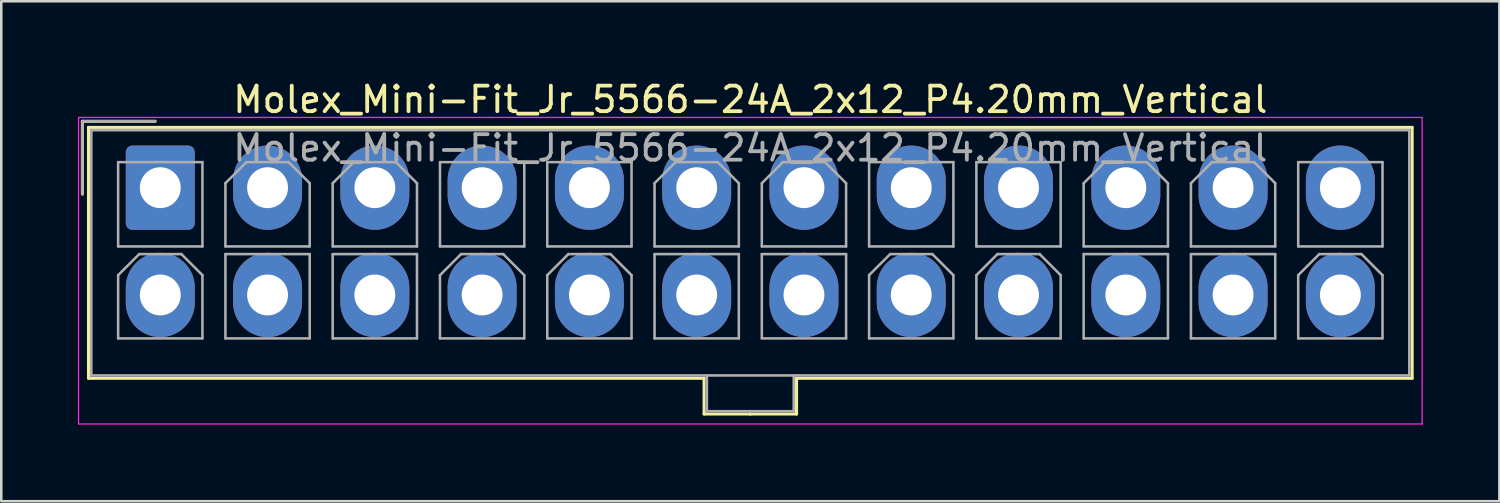
<source format=kicad_pcb>
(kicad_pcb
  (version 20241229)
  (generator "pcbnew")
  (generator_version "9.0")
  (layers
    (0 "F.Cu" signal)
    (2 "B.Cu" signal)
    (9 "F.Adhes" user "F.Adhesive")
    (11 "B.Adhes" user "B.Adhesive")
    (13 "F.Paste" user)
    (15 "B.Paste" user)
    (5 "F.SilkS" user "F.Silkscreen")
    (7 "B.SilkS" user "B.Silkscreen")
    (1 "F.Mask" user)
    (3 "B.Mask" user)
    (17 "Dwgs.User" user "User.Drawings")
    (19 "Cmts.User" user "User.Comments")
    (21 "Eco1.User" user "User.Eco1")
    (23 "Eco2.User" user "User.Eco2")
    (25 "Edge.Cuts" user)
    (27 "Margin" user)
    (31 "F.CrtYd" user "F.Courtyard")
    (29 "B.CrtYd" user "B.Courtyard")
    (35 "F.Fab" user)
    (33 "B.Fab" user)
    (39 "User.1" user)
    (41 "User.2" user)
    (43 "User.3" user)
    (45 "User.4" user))
  (footprint "Molex_Mini-Fit_Jr_5566-24A_2x12_P4.20mm_Vertical"
    (layer "F.Cu")
    (at 3.225 4.298)
    (property "Reference" "Molex_Mini-Fit_Jr_5566-24A_2x12_P4.20mm_Vertical" (at 23.1 -3.45 0) (layer "F.SilkS") (effects (font (size 1 1) (thickness 0.15))))
    (attr through_hole)
    (fp_line (start -3.05 -2.6) (end -3.05 0.25) (stroke (width 0.12) (type solid)) (layer "F.SilkS"))
    (fp_line (start -2.81 -2.36) (end -2.81 7.46) (stroke (width 0.12) (type solid)) (layer "F.SilkS"))
    (fp_line (start -2.81 7.46) (end 21.29 7.46) (stroke (width 0.12) (type solid)) (layer "F.SilkS"))
    (fp_line (start -0.2 -2.6) (end -3.05 -2.6) (stroke (width 0.12) (type solid)) (layer "F.SilkS"))
    (fp_line (start 21.29 7.46) (end 21.29 8.86) (stroke (width 0.12) (type solid)) (layer "F.SilkS"))
    (fp_line (start 21.29 8.86) (end 23.1 8.86) (stroke (width 0.12) (type solid)) (layer "F.SilkS"))
    (fp_line (start 23.1 -2.36) (end -2.81 -2.36) (stroke (width 0.12) (type solid)) (layer "F.SilkS"))
    (fp_line (start 23.1 -2.36) (end 49.01 -2.36) (stroke (width 0.12) (type solid)) (layer "F.SilkS"))
    (fp_line (start 24.91 7.46) (end 24.91 8.86) (stroke (width 0.12) (type solid)) (layer "F.SilkS"))
    (fp_line (start 24.91 8.86) (end 23.1 8.86) (stroke (width 0.12) (type solid)) (layer "F.SilkS"))
    (fp_line (start 49.01 -2.36) (end 49.01 7.46) (stroke (width 0.12) (type solid)) (layer "F.SilkS"))
    (fp_line (start 49.01 7.46) (end 24.91 7.46) (stroke (width 0.12) (type solid)) (layer "F.SilkS"))
    (fp_line (start -3.2 -2.75) (end -3.2 9.25) (stroke (width 0.05) (type solid)) (layer "F.CrtYd"))
    (fp_line (start -3.2 9.25) (end 49.4 9.25) (stroke (width 0.05) (type solid)) (layer "F.CrtYd"))
    (fp_line (start 49.4 -2.75) (end -3.2 -2.75) (stroke (width 0.05) (type solid)) (layer "F.CrtYd"))
    (fp_line (start 49.4 9.25) (end 49.4 -2.75) (stroke (width 0.05) (type solid)) (layer "F.CrtYd"))
    (fp_line (start -3.05 -2.6) (end -3.05 0.25) (stroke (width 0.1) (type solid)) (layer "F.Fab"))
    (fp_line (start -2.7 -2.25) (end -2.7 7.35) (stroke (width 0.1) (type solid)) (layer "F.Fab"))
    (fp_line (start -2.7 7.35) (end 48.9 7.35) (stroke (width 0.1) (type solid)) (layer "F.Fab"))
    (fp_line (start -1.65 -1) (end -1.65 2.3) (stroke (width 0.1) (type solid)) (layer "F.Fab"))
    (fp_line (start -1.65 2.3) (end 1.65 2.3) (stroke (width 0.1) (type solid)) (layer "F.Fab"))
    (fp_line (start -1.65 3.425) (end -0.825 2.6) (stroke (width 0.1) (type solid)) (layer "F.Fab"))
    (fp_line (start -1.65 5.9) (end -1.65 3.425) (stroke (width 0.1) (type solid)) (layer "F.Fab"))
    (fp_line (start -0.825 2.6) (end 0.825 2.6) (stroke (width 0.1) (type solid)) (layer "F.Fab"))
    (fp_line (start -0.2 -2.6) (end -3.05 -2.6) (stroke (width 0.1) (type solid)) (layer "F.Fab"))
    (fp_line (start 0.825 2.6) (end 1.65 3.425) (stroke (width 0.1) (type solid)) (layer "F.Fab"))
    (fp_line (start 1.65 -1) (end -1.65 -1) (stroke (width 0.1) (type solid)) (layer "F.Fab"))
    (fp_line (start 1.65 2.3) (end 1.65 -1) (stroke (width 0.1) (type solid)) (layer "F.Fab"))
    (fp_line (start 1.65 3.425) (end 1.65 5.9) (stroke (width 0.1) (type solid)) (layer "F.Fab"))
    (fp_line (start 1.65 5.9) (end -1.65 5.9) (stroke (width 0.1) (type solid)) (layer "F.Fab"))
    (fp_line (start 2.55 -0.175) (end 3.375 -1) (stroke (width 0.1) (type solid)) (layer "F.Fab"))
    (fp_line (start 2.55 2.3) (end 2.55 -0.175) (stroke (width 0.1) (type solid)) (layer "F.Fab"))
    (fp_line (start 2.55 2.6) (end 2.55 5.9) (stroke (width 0.1) (type solid)) (layer "F.Fab"))
    (fp_line (start 2.55 5.9) (end 5.85 5.9) (stroke (width 0.1) (type solid)) (layer "F.Fab"))
    (fp_line (start 3.375 -1) (end 5.025 -1) (stroke (width 0.1) (type solid)) (layer "F.Fab"))
    (fp_line (start 5.025 -1) (end 5.85 -0.175) (stroke (width 0.1) (type solid)) (layer "F.Fab"))
    (fp_line (start 5.85 -0.175) (end 5.85 2.3) (stroke (width 0.1) (type solid)) (layer "F.Fab"))
    (fp_line (start 5.85 2.3) (end 2.55 2.3) (stroke (width 0.1) (type solid)) (layer "F.Fab"))
    (fp_line (start 5.85 2.6) (end 2.55 2.6) (stroke (width 0.1) (type solid)) (layer "F.Fab"))
    (fp_line (start 5.85 5.9) (end 5.85 2.6) (stroke (width 0.1) (type solid)) (layer "F.Fab"))
    (fp_line (start 6.75 -0.175) (end 7.575 -1) (stroke (width 0.1) (type solid)) (layer "F.Fab"))
    (fp_line (start 6.75 2.3) (end 6.75 -0.175) (stroke (width 0.1) (type solid)) (layer "F.Fab"))
    (fp_line (start 6.75 2.6) (end 6.75 5.9) (stroke (width 0.1) (type solid)) (layer "F.Fab"))
    (fp_line (start 6.75 5.9) (end 10.05 5.9) (stroke (width 0.1) (type solid)) (layer "F.Fab"))
    (fp_line (start 7.575 -1) (end 9.225 -1) (stroke (width 0.1) (type solid)) (layer "F.Fab"))
    (fp_line (start 9.225 -1) (end 10.05 -0.175) (stroke (width 0.1) (type solid)) (layer "F.Fab"))
    (fp_line (start 10.05 -0.175) (end 10.05 2.3) (stroke (width 0.1) (type solid)) (layer "F.Fab"))
    (fp_line (start 10.05 2.3) (end 6.75 2.3) (stroke (width 0.1) (type solid)) (layer "F.Fab"))
    (fp_line (start 10.05 2.6) (end 6.75 2.6) (stroke (width 0.1) (type solid)) (layer "F.Fab"))
    (fp_line (start 10.05 5.9) (end 10.05 2.6) (stroke (width 0.1) (type solid)) (layer "F.Fab"))
    (fp_line (start 10.95 -1) (end 10.95 2.3) (stroke (width 0.1) (type solid)) (layer "F.Fab"))
    (fp_line (start 10.95 2.3) (end 14.25 2.3) (stroke (width 0.1) (type solid)) (layer "F.Fab"))
    (fp_line (start 10.95 3.425) (end 11.775 2.6) (stroke (width 0.1) (type solid)) (layer "F.Fab"))
    (fp_line (start 10.95 5.9) (end 10.95 3.425) (stroke (width 0.1) (type solid)) (layer "F.Fab"))
    (fp_line (start 11.775 2.6) (end 13.425 2.6) (stroke (width 0.1) (type solid)) (layer "F.Fab"))
    (fp_line (start 13.425 2.6) (end 14.25 3.425) (stroke (width 0.1) (type solid)) (layer "F.Fab"))
    (fp_line (start 14.25 -1) (end 10.95 -1) (stroke (width 0.1) (type solid)) (layer "F.Fab"))
    (fp_line (start 14.25 2.3) (end 14.25 -1) (stroke (width 0.1) (type solid)) (layer "F.Fab"))
    (fp_line (start 14.25 3.425) (end 14.25 5.9) (stroke (width 0.1) (type solid)) (layer "F.Fab"))
    (fp_line (start 14.25 5.9) (end 10.95 5.9) (stroke (width 0.1) (type solid)) (layer "F.Fab"))
    (fp_line (start 15.15 -1) (end 15.15 2.3) (stroke (width 0.1) (type solid)) (layer "F.Fab"))
    (fp_line (start 15.15 2.3) (end 18.45 2.3) (stroke (width 0.1) (type solid)) (layer "F.Fab"))
    (fp_line (start 15.15 3.425) (end 15.975 2.6) (stroke (width 0.1) (type solid)) (layer "F.Fab"))
    (fp_line (start 15.15 5.9) (end 15.15 3.425) (stroke (width 0.1) (type solid)) (layer "F.Fab"))
    (fp_line (start 15.975 2.6) (end 17.625 2.6) (stroke (width 0.1) (type solid)) (layer "F.Fab"))
    (fp_line (start 17.625 2.6) (end 18.45 3.425) (stroke (width 0.1) (type solid)) (layer "F.Fab"))
    (fp_line (start 18.45 -1) (end 15.15 -1) (stroke (width 0.1) (type solid)) (layer "F.Fab"))
    (fp_line (start 18.45 2.3) (end 18.45 -1) (stroke (width 0.1) (type solid)) (layer "F.Fab"))
    (fp_line (start 18.45 3.425) (end 18.45 5.9) (stroke (width 0.1) (type solid)) (layer "F.Fab"))
    (fp_line (start 18.45 5.9) (end 15.15 5.9) (stroke (width 0.1) (type solid)) (layer "F.Fab"))
    (fp_line (start 19.35 -0.175) (end 20.175 -1) (stroke (width 0.1) (type solid)) (layer "F.Fab"))
    (fp_line (start 19.35 2.3) (end 19.35 -0.175) (stroke (width 0.1) (type solid)) (layer "F.Fab"))
    (fp_line (start 19.35 2.6) (end 19.35 5.9) (stroke (width 0.1) (type solid)) (layer "F.Fab"))
    (fp_line (start 19.35 5.9) (end 22.65 5.9) (stroke (width 0.1) (type solid)) (layer "F.Fab"))
    (fp_line (start 20.175 -1) (end 21.825 -1) (stroke (width 0.1) (type solid)) (layer "F.Fab"))
    (fp_line (start 21.4 7.35) (end 21.4 8.75) (stroke (width 0.1) (type solid)) (layer "F.Fab"))
    (fp_line (start 21.4 8.75) (end 24.8 8.75) (stroke (width 0.1) (type solid)) (layer "F.Fab"))
    (fp_line (start 21.825 -1) (end 22.65 -0.175) (stroke (width 0.1) (type solid)) (layer "F.Fab"))
    (fp_line (start 22.65 -0.175) (end 22.65 2.3) (stroke (width 0.1) (type solid)) (layer "F.Fab"))
    (fp_line (start 22.65 2.3) (end 19.35 2.3) (stroke (width 0.1) (type solid)) (layer "F.Fab"))
    (fp_line (start 22.65 2.6) (end 19.35 2.6) (stroke (width 0.1) (type solid)) (layer "F.Fab"))
    (fp_line (start 22.65 5.9) (end 22.65 2.6) (stroke (width 0.1) (type solid)) (layer "F.Fab"))
    (fp_line (start 23.55 -0.175) (end 24.375 -1) (stroke (width 0.1) (type solid)) (layer "F.Fab"))
    (fp_line (start 23.55 2.3) (end 23.55 -0.175) (stroke (width 0.1) (type solid)) (layer "F.Fab"))
    (fp_line (start 23.55 2.6) (end 23.55 5.9) (stroke (width 0.1) (type solid)) (layer "F.Fab"))
    (fp_line (start 23.55 5.9) (end 26.85 5.9) (stroke (width 0.1) (type solid)) (layer "F.Fab"))
    (fp_line (start 24.375 -1) (end 26.025 -1) (stroke (width 0.1) (type solid)) (layer "F.Fab"))
    (fp_line (start 24.8 8.75) (end 24.8 7.35) (stroke (width 0.1) (type solid)) (layer "F.Fab"))
    (fp_line (start 26.025 -1) (end 26.85 -0.175) (stroke (width 0.1) (type solid)) (layer "F.Fab"))
    (fp_line (start 26.85 -0.175) (end 26.85 2.3) (stroke (width 0.1) (type solid)) (layer "F.Fab"))
    (fp_line (start 26.85 2.3) (end 23.55 2.3) (stroke (width 0.1) (type solid)) (layer "F.Fab"))
    (fp_line (start 26.85 2.6) (end 23.55 2.6) (stroke (width 0.1) (type solid)) (layer "F.Fab"))
    (fp_line (start 26.85 5.9) (end 26.85 2.6) (stroke (width 0.1) (type solid)) (layer "F.Fab"))
    (fp_line (start 27.75 -1) (end 27.75 2.3) (stroke (width 0.1) (type solid)) (layer "F.Fab"))
    (fp_line (start 27.75 2.3) (end 31.05 2.3) (stroke (width 0.1) (type solid)) (layer "F.Fab"))
    (fp_line (start 27.75 3.425) (end 28.575 2.6) (stroke (width 0.1) (type solid)) (layer "F.Fab"))
    (fp_line (start 27.75 5.9) (end 27.75 3.425) (stroke (width 0.1) (type solid)) (layer "F.Fab"))
    (fp_line (start 28.575 2.6) (end 30.225 2.6) (stroke (width 0.1) (type solid)) (layer "F.Fab"))
    (fp_line (start 30.225 2.6) (end 31.05 3.425) (stroke (width 0.1) (type solid)) (layer "F.Fab"))
    (fp_line (start 31.05 -1) (end 27.75 -1) (stroke (width 0.1) (type solid)) (layer "F.Fab"))
    (fp_line (start 31.05 2.3) (end 31.05 -1) (stroke (width 0.1) (type solid)) (layer "F.Fab"))
    (fp_line (start 31.05 3.425) (end 31.05 5.9) (stroke (width 0.1) (type solid)) (layer "F.Fab"))
    (fp_line (start 31.05 5.9) (end 27.75 5.9) (stroke (width 0.1) (type solid)) (layer "F.Fab"))
    (fp_line (start 31.95 -1) (end 31.95 2.3) (stroke (width 0.1) (type solid)) (layer "F.Fab"))
    (fp_line (start 31.95 2.3) (end 35.25 2.3) (stroke (width 0.1) (type solid)) (layer "F.Fab"))
    (fp_line (start 31.95 3.425) (end 32.775 2.6) (stroke (width 0.1) (type solid)) (layer "F.Fab"))
    (fp_line (start 31.95 5.9) (end 31.95 3.425) (stroke (width 0.1) (type solid)) (layer "F.Fab"))
    (fp_line (start 32.775 2.6) (end 34.425 2.6) (stroke (width 0.1) (type solid)) (layer "F.Fab"))
    (fp_line (start 34.425 2.6) (end 35.25 3.425) (stroke (width 0.1) (type solid)) (layer "F.Fab"))
    (fp_line (start 35.25 -1) (end 31.95 -1) (stroke (width 0.1) (type solid)) (layer "F.Fab"))
    (fp_line (start 35.25 2.3) (end 35.25 -1) (stroke (width 0.1) (type solid)) (layer "F.Fab"))
    (fp_line (start 35.25 3.425) (end 35.25 5.9) (stroke (width 0.1) (type solid)) (layer "F.Fab"))
    (fp_line (start 35.25 5.9) (end 31.95 5.9) (stroke (width 0.1) (type solid)) (layer "F.Fab"))
    (fp_line (start 36.15 -0.175) (end 36.975 -1) (stroke (width 0.1) (type solid)) (layer "F.Fab"))
    (fp_line (start 36.15 2.3) (end 36.15 -0.175) (stroke (width 0.1) (type solid)) (layer "F.Fab"))
    (fp_line (start 36.15 2.6) (end 36.15 5.9) (stroke (width 0.1) (type solid)) (layer "F.Fab"))
    (fp_line (start 36.15 5.9) (end 39.45 5.9) (stroke (width 0.1) (type solid)) (layer "F.Fab"))
    (fp_line (start 36.975 -1) (end 38.625 -1) (stroke (width 0.1) (type solid)) (layer "F.Fab"))
    (fp_line (start 38.625 -1) (end 39.45 -0.175) (stroke (width 0.1) (type solid)) (layer "F.Fab"))
    (fp_line (start 39.45 -0.175) (end 39.45 2.3) (stroke (width 0.1) (type solid)) (layer "F.Fab"))
    (fp_line (start 39.45 2.3) (end 36.15 2.3) (stroke (width 0.1) (type solid)) (layer "F.Fab"))
    (fp_line (start 39.45 2.6) (end 36.15 2.6) (stroke (width 0.1) (type solid)) (layer "F.Fab"))
    (fp_line (start 39.45 5.9) (end 39.45 2.6) (stroke (width 0.1) (type solid)) (layer "F.Fab"))
    (fp_line (start 40.35 -0.175) (end 41.175 -1) (stroke (width 0.1) (type solid)) (layer "F.Fab"))
    (fp_line (start 40.35 2.3) (end 40.35 -0.175) (stroke (width 0.1) (type solid)) (layer "F.Fab"))
    (fp_line (start 40.35 2.6) (end 40.35 5.9) (stroke (width 0.1) (type solid)) (layer "F.Fab"))
    (fp_line (start 40.35 5.9) (end 43.65 5.9) (stroke (width 0.1) (type solid)) (layer "F.Fab"))
    (fp_line (start 41.175 -1) (end 42.825 -1) (stroke (width 0.1) (type solid)) (layer "F.Fab"))
    (fp_line (start 42.825 -1) (end 43.65 -0.175) (stroke (width 0.1) (type solid)) (layer "F.Fab"))
    (fp_line (start 43.65 -0.175) (end 43.65 2.3) (stroke (width 0.1) (type solid)) (layer "F.Fab"))
    (fp_line (start 43.65 2.3) (end 40.35 2.3) (stroke (width 0.1) (type solid)) (layer "F.Fab"))
    (fp_line (start 43.65 2.6) (end 40.35 2.6) (stroke (width 0.1) (type solid)) (layer "F.Fab"))
    (fp_line (start 43.65 5.9) (end 43.65 2.6) (stroke (width 0.1) (type solid)) (layer "F.Fab"))
    (fp_line (start 44.55 -1) (end 44.55 2.3) (stroke (width 0.1) (type solid)) (layer "F.Fab"))
    (fp_line (start 44.55 2.3) (end 47.85 2.3) (stroke (width 0.1) (type solid)) (layer "F.Fab"))
    (fp_line (start 44.55 3.425) (end 45.375 2.6) (stroke (width 0.1) (type solid)) (layer "F.Fab"))
    (fp_line (start 44.55 5.9) (end 44.55 3.425) (stroke (width 0.1) (type solid)) (layer "F.Fab"))
    (fp_line (start 45.375 2.6) (end 47.025 2.6) (stroke (width 0.1) (type solid)) (layer "F.Fab"))
    (fp_line (start 47.025 2.6) (end 47.85 3.425) (stroke (width 0.1) (type solid)) (layer "F.Fab"))
    (fp_line (start 47.85 -1) (end 44.55 -1) (stroke (width 0.1) (type solid)) (layer "F.Fab"))
    (fp_line (start 47.85 2.3) (end 47.85 -1) (stroke (width 0.1) (type solid)) (layer "F.Fab"))
    (fp_line (start 47.85 3.425) (end 47.85 5.9) (stroke (width 0.1) (type solid)) (layer "F.Fab"))
    (fp_line (start 47.85 5.9) (end 44.55 5.9) (stroke (width 0.1) (type solid)) (layer "F.Fab"))
    (fp_line (start 48.9 -2.25) (end -2.7 -2.25) (stroke (width 0.1) (type solid)) (layer "F.Fab"))
    (fp_line (start 48.9 7.35) (end 48.9 -2.25) (stroke (width 0.1) (type solid)) (layer "F.Fab"))
    (fp_text user "${REFERENCE}" (at 23.1 -1.55 0) (layer "F.Fab") (effects (font (size 1 1) (thickness 0.15))))
    (pad "1" thru_hole roundrect (at 0 0) (size 2.7 3.3) (drill 1.6) (layers "*.Cu" "*.Mask") (roundrect_rratio 0.093))
    (pad "2" thru_hole oval (at 4.2 0) (size 2.7 3.3) (drill 1.6) (layers "*.Cu" "*.Mask"))
    (pad "3" thru_hole oval (at 8.4 0) (size 2.7 3.3) (drill 1.6) (layers "*.Cu" "*.Mask"))
    (pad "4" thru_hole oval (at 12.6 0) (size 2.7 3.3) (drill 1.6) (layers "*.Cu" "*.Mask"))
    (pad "5" thru_hole oval (at 16.8 0) (size 2.7 3.3) (drill 1.6) (layers "*.Cu" "*.Mask"))
    (pad "6" thru_hole oval (at 21 0) (size 2.7 3.3) (drill 1.6) (layers "*.Cu" "*.Mask"))
    (pad "7" thru_hole oval (at 25.2 0) (size 2.7 3.3) (drill 1.6) (layers "*.Cu" "*.Mask"))
    (pad "8" thru_hole oval (at 29.4 0) (size 2.7 3.3) (drill 1.6) (layers "*.Cu" "*.Mask"))
    (pad "9" thru_hole oval (at 33.6 0) (size 2.7 3.3) (drill 1.6) (layers "*.Cu" "*.Mask"))
    (pad "10" thru_hole oval (at 37.8 0) (size 2.7 3.3) (drill 1.6) (layers "*.Cu" "*.Mask"))
    (pad "11" thru_hole oval (at 42 0) (size 2.7 3.3) (drill 1.6) (layers "*.Cu" "*.Mask"))
    (pad "12" thru_hole oval (at 46.2 0) (size 2.7 3.3) (drill 1.6) (layers "*.Cu" "*.Mask"))
    (pad "13" thru_hole oval (at 0 4.2) (size 2.7 3.3) (drill 1.6) (layers "*.Cu" "*.Mask"))
    (pad "14" thru_hole oval (at 4.2 4.2) (size 2.7 3.3) (drill 1.6) (layers "*.Cu" "*.Mask"))
    (pad "15" thru_hole oval (at 8.4 4.2) (size 2.7 3.3) (drill 1.6) (layers "*.Cu" "*.Mask"))
    (pad "16" thru_hole oval (at 12.6 4.2) (size 2.7 3.3) (drill 1.6) (layers "*.Cu" "*.Mask"))
    (pad "17" thru_hole oval (at 16.8 4.2) (size 2.7 3.3) (drill 1.6) (layers "*.Cu" "*.Mask"))
    (pad "18" thru_hole oval (at 21 4.2) (size 2.7 3.3) (drill 1.6) (layers "*.Cu" "*.Mask"))
    (pad "19" thru_hole oval (at 25.2 4.2) (size 2.7 3.3) (drill 1.6) (layers "*.Cu" "*.Mask"))
    (pad "20" thru_hole oval (at 29.4 4.2) (size 2.7 3.3) (drill 1.6) (layers "*.Cu" "*.Mask"))
    (pad "21" thru_hole oval (at 33.6 4.2) (size 2.7 3.3) (drill 1.6) (layers "*.Cu" "*.Mask"))
    (pad "22" thru_hole oval (at 37.8 4.2) (size 2.7 3.3) (drill 1.6) (layers "*.Cu" "*.Mask"))
    (pad "23" thru_hole oval (at 42 4.2) (size 2.7 3.3) (drill 1.6) (layers "*.Cu" "*.Mask"))
    (pad "24" thru_hole oval (at 46.2 4.2) (size 2.7 3.3) (drill 1.6) (layers "*.Cu" "*.Mask")))
  (gr_rect
    (start -3 -3)
    (end 55.65 16.573)
    (stroke (width 0.1) (type default))
    (fill no)
    (layer "Edge.Cuts")))
</source>
